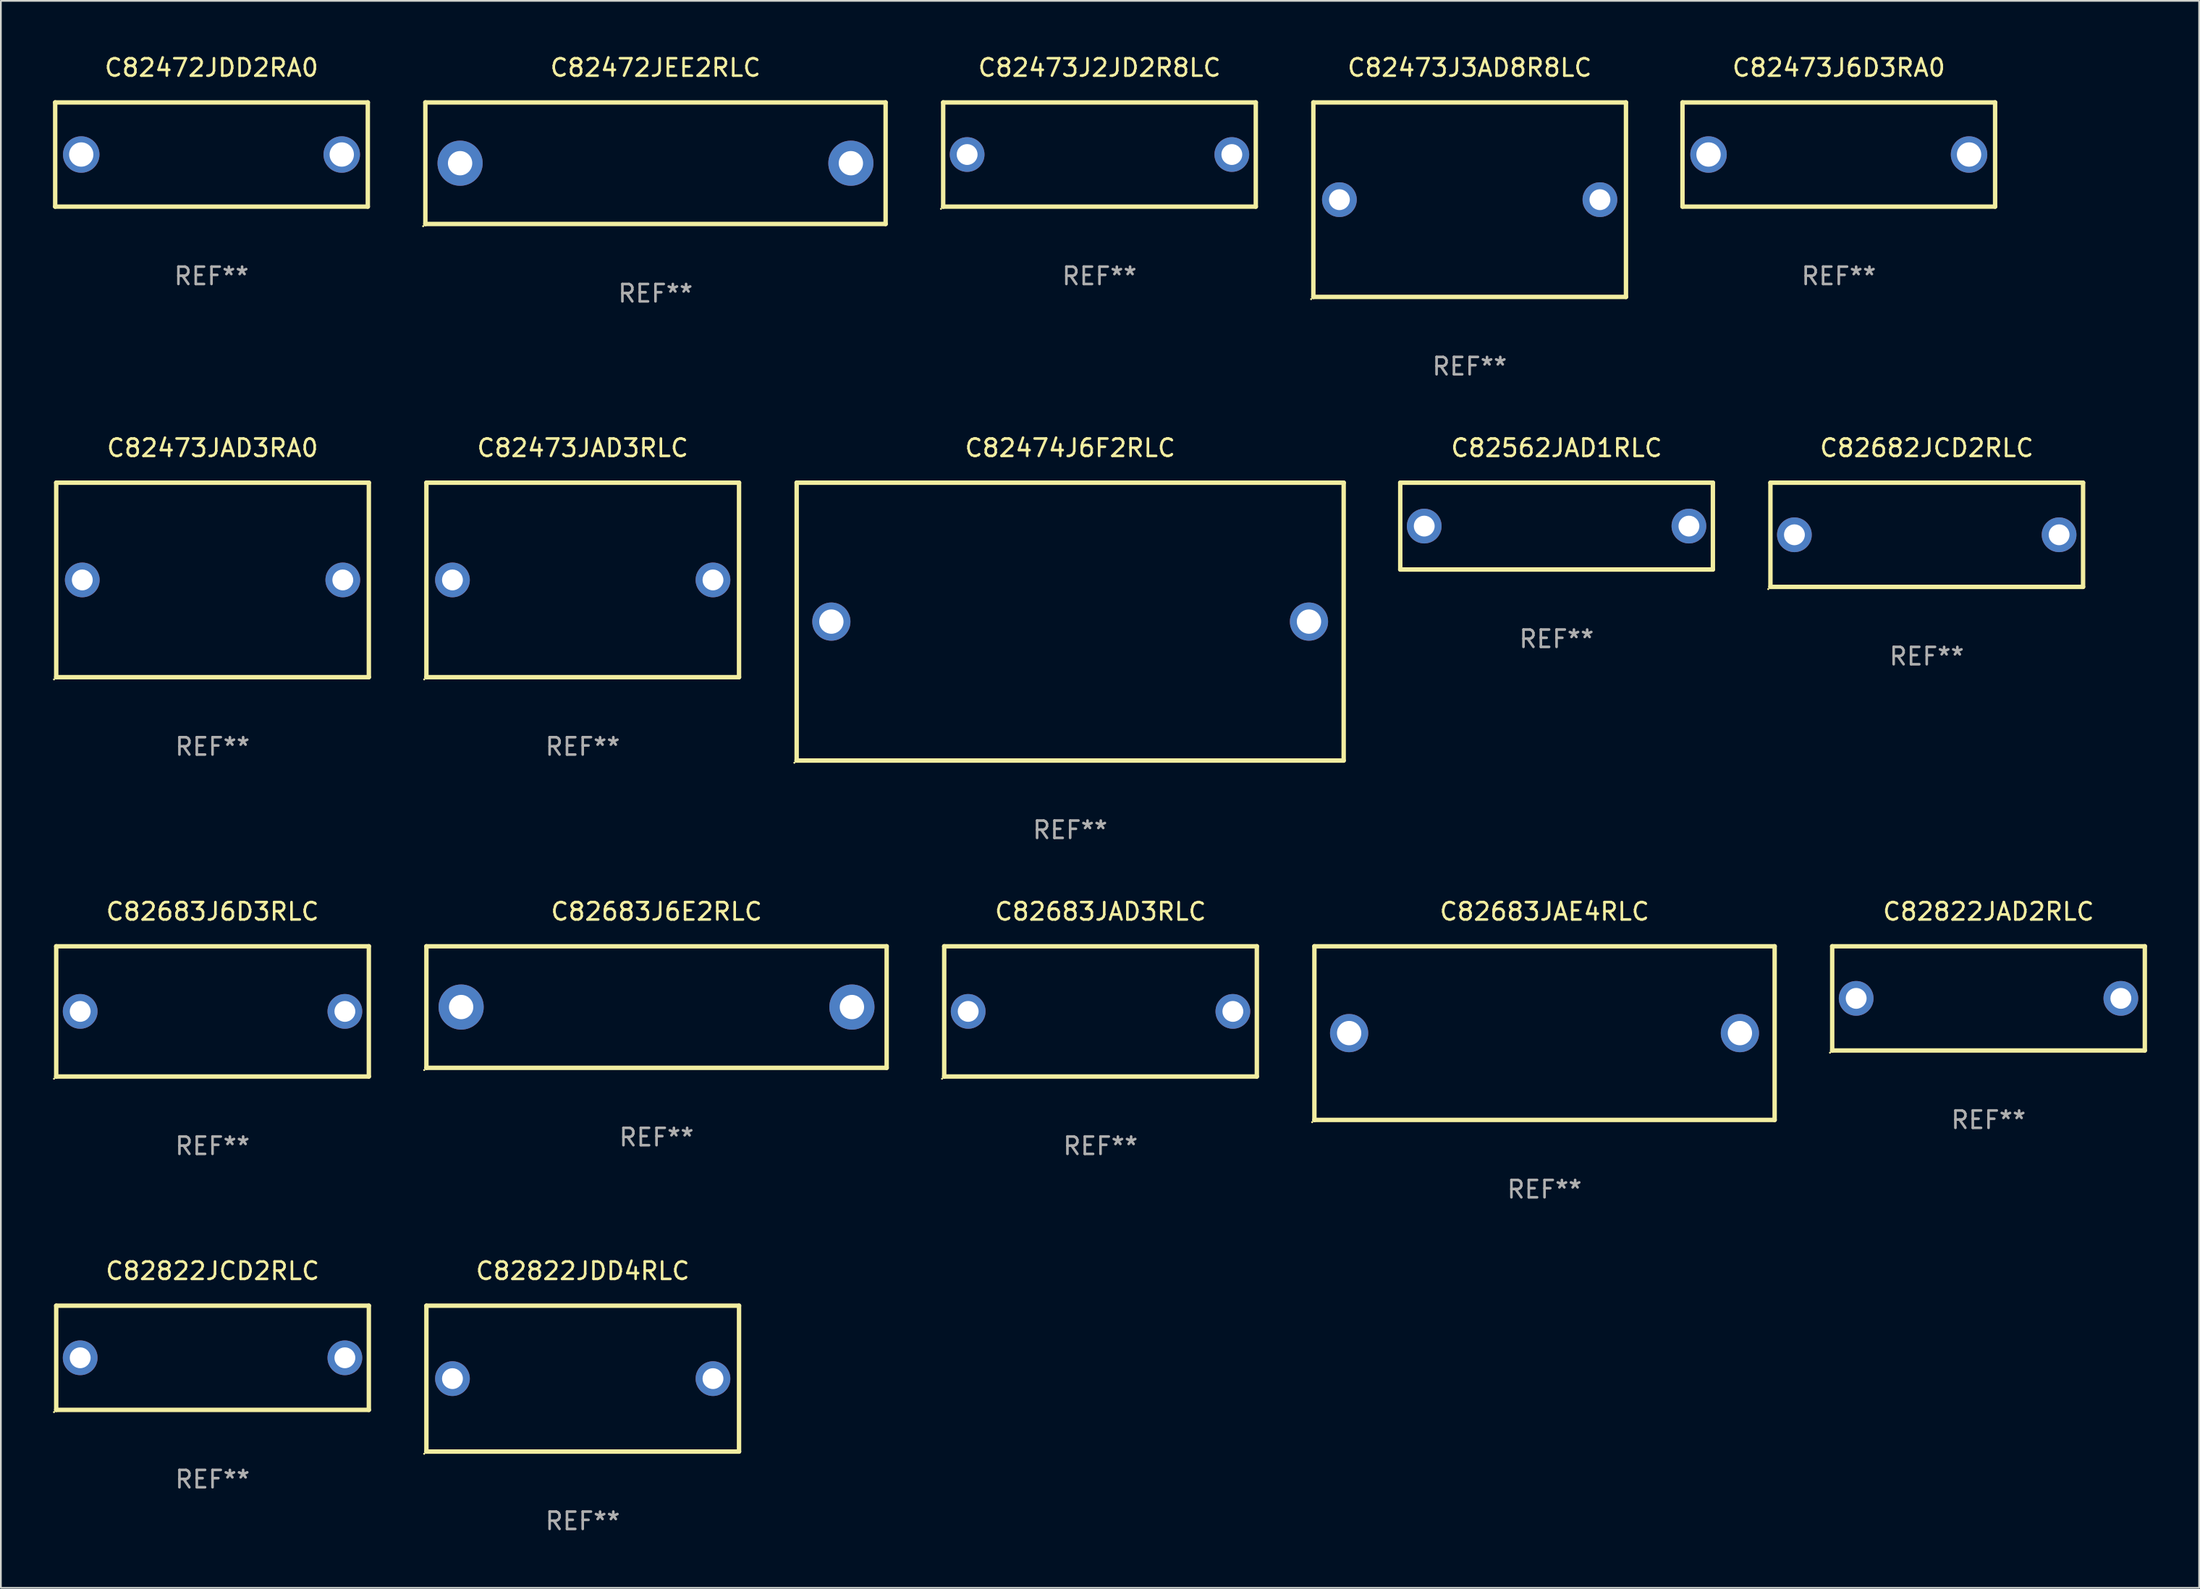
<source format=kicad_pcb>
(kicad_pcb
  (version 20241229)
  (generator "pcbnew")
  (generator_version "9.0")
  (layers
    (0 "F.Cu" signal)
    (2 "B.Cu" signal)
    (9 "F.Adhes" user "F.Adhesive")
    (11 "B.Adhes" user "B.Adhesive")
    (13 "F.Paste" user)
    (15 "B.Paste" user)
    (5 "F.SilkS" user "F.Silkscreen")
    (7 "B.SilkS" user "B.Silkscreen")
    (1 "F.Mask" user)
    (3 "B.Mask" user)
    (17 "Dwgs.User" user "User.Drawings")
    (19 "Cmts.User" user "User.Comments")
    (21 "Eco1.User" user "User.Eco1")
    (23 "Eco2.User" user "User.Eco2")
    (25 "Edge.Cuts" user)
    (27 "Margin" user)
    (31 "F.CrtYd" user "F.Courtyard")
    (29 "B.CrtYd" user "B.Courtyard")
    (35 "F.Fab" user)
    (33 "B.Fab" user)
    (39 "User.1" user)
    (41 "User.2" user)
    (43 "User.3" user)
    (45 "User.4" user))
  (footprint "C82822JCD2RLC"
    (layer "F.Cu")
    (at 9.187 75.138)
    (property "Reference" "C82822JCD2RLC" (at 0 -5 0) (layer "F.SilkS") (effects (font (size 1 1) (thickness 0.15))))
    (attr through_hole)
    (fp_line (start -9 -3) (end 9 -3) (stroke (width 0.254) (type solid)) (layer "F.SilkS"))
    (fp_line (start -9 3) (end -9 -3) (stroke (width 0.254) (type solid)) (layer "F.SilkS"))
    (fp_line (start 9 -3) (end 9 3) (stroke (width 0.254) (type solid)) (layer "F.SilkS"))
    (fp_line (start 9 3) (end -9 3) (stroke (width 0.254) (type solid)) (layer "F.SilkS"))
    (fp_circle (center -9.127 3.127) (end -9.097 3.127) (stroke (width 0.06) (type solid)) (fill no) (layer "F.SilkS"))
    (fp_text user "REF**" (at 0 7 0) (layer "F.Fab") (effects (font (size 1 1) (thickness 0.15))))
    (pad "1" thru_hole circle (at -7.62 0) (size 2 2) (drill 1.2) (layers "*.Cu" "*.Mask"))
    (pad "2" thru_hole circle (at 7.62 0) (size 2 2) (drill 1.2) (layers "*.Cu" "*.Mask")))
  (footprint "C82822JDD4RLC"
    (layer "F.Cu")
    (at 30.501 76.338)
    (property "Reference" "C82822JDD4RLC" (at 0 -6.2 0) (layer "F.SilkS") (effects (font (size 1 1) (thickness 0.15))))
    (attr through_hole)
    (fp_line (start -9 -4.2) (end 9 -4.2) (stroke (width 0.254) (type solid)) (layer "F.SilkS"))
    (fp_line (start -9 4.2) (end -9 -4.2) (stroke (width 0.254) (type solid)) (layer "F.SilkS"))
    (fp_line (start 9 -4.2) (end 9 4.2) (stroke (width 0.254) (type solid)) (layer "F.SilkS"))
    (fp_line (start 9 4.2) (end -9 4.2) (stroke (width 0.254) (type solid)) (layer "F.SilkS"))
    (fp_circle (center -9.127 4.327) (end -9.097 4.327) (stroke (width 0.06) (type solid)) (fill no) (layer "F.SilkS"))
    (fp_text user "REF**" (at 0 8.2 0) (layer "F.Fab") (effects (font (size 1 1) (thickness 0.15))))
    (pad "1" thru_hole circle (at -7.5 0) (size 2 2) (drill 1.2) (layers "*.Cu" "*.Mask"))
    (pad "2" thru_hole circle (at 7.5 0) (size 2 2) (drill 1.2) (layers "*.Cu" "*.Mask")))
  (footprint "C82473J3AD8R8LC"
    (layer "F.Cu")
    (at 81.569 8.448)
    (property "Reference" "C82473J3AD8R8LC" (at 0 -7.6 0) (layer "F.SilkS") (effects (font (size 1 1) (thickness 0.15))))
    (attr through_hole)
    (fp_line (start -9 -5.6) (end 9 -5.6) (stroke (width 0.254) (type solid)) (layer "F.SilkS"))
    (fp_line (start -9 5.6) (end -9 -5.6) (stroke (width 0.254) (type solid)) (layer "F.SilkS"))
    (fp_line (start 9 -5.6) (end 9 5.6) (stroke (width 0.254) (type solid)) (layer "F.SilkS"))
    (fp_line (start 9 5.6) (end -9 5.6) (stroke (width 0.254) (type solid)) (layer "F.SilkS"))
    (fp_circle (center -9.127 5.727) (end -9.097 5.727) (stroke (width 0.06) (type solid)) (fill no) (layer "F.SilkS"))
    (fp_text user "REF**" (at 0 9.6 0) (layer "F.Fab") (effects (font (size 1 1) (thickness 0.15))))
    (pad "1" thru_hole circle (at -7.5 0) (size 2 2) (drill 1.2) (layers "*.Cu" "*.Mask"))
    (pad "2" thru_hole circle (at 7.5 0) (size 2 2) (drill 1.2) (layers "*.Cu" "*.Mask")))
  (footprint "C82473JAD3RLC"
    (layer "F.Cu")
    (at 30.501 30.345)
    (property "Reference" "C82473JAD3RLC" (at 0 -7.6 0) (layer "F.SilkS") (effects (font (size 1 1) (thickness 0.15))))
    (attr through_hole)
    (fp_line (start -9 -5.6) (end 9 -5.6) (stroke (width 0.254) (type solid)) (layer "F.SilkS"))
    (fp_line (start -9 5.6) (end -9 -5.6) (stroke (width 0.254) (type solid)) (layer "F.SilkS"))
    (fp_line (start 9 -5.6) (end 9 5.6) (stroke (width 0.254) (type solid)) (layer "F.SilkS"))
    (fp_line (start 9 5.6) (end -9 5.6) (stroke (width 0.254) (type solid)) (layer "F.SilkS"))
    (fp_circle (center -9.127 5.727) (end -9.097 5.727) (stroke (width 0.06) (type solid)) (fill no) (layer "F.SilkS"))
    (fp_text user "REF**" (at 0 9.6 0) (layer "F.Fab") (effects (font (size 1 1) (thickness 0.15))))
    (pad "1" thru_hole circle (at -7.5 0) (size 2 2) (drill 1.2) (layers "*.Cu" "*.Mask"))
    (pad "2" thru_hole circle (at 7.5 0) (size 2 2) (drill 1.2) (layers "*.Cu" "*.Mask")))
  (footprint "C82473J2JD2R8LC"
    (layer "F.Cu")
    (at 60.255 5.848)
    (property "Reference" "C82473J2JD2R8LC" (at 0 -5 0) (layer "F.SilkS") (effects (font (size 1 1) (thickness 0.15))))
    (attr through_hole)
    (fp_line (start -9 -3) (end 9 -3) (stroke (width 0.254) (type solid)) (layer "F.SilkS"))
    (fp_line (start -9 3) (end -9 -3) (stroke (width 0.254) (type solid)) (layer "F.SilkS"))
    (fp_line (start 9 -3) (end 9 3) (stroke (width 0.254) (type solid)) (layer "F.SilkS"))
    (fp_line (start 9 3) (end -9 3) (stroke (width 0.254) (type solid)) (layer "F.SilkS"))
    (fp_circle (center -9.127 3.127) (end -9.097 3.127) (stroke (width 0.06) (type solid)) (fill no) (layer "F.SilkS"))
    (fp_text user "REF**" (at 0 7 0) (layer "F.Fab") (effects (font (size 1 1) (thickness 0.15))))
    (pad "1" thru_hole circle (at -7.62 0) (size 2 2) (drill 1.2) (layers "*.Cu" "*.Mask"))
    (pad "2" thru_hole circle (at 7.62 0) (size 2 2) (drill 1.2) (layers "*.Cu" "*.Mask")))
  (footprint "C82472JDD2RA0"
    (layer "F.Cu")
    (at 9.127 5.848)
    (property "Reference" "C82472JDD2RA0" (at 0 -5 0) (layer "F.SilkS") (effects (font (size 1 1) (thickness 0.15))))
    (attr through_hole)
    (fp_line (start -9 -3) (end 9 -3) (stroke (width 0.254) (type solid)) (layer "F.SilkS"))
    (fp_line (start -9 3) (end -9 -3) (stroke (width 0.254) (type solid)) (layer "F.SilkS"))
    (fp_line (start 9 -3) (end 9 3) (stroke (width 0.254) (type solid)) (layer "F.SilkS"))
    (fp_line (start 9 3) (end -9 3) (stroke (width 0.254) (type solid)) (layer "F.SilkS"))
    (fp_circle (center -9 3) (end -8.97 3) (stroke (width 0.06) (type solid)) (fill no) (layer "F.SilkS"))
    (fp_text user "REF**" (at 0 7 0) (layer "F.Fab") (effects (font (size 1 1) (thickness 0.15))))
    (pad "1" thru_hole circle (at -7.5 0) (size 2.1 2.1) (drill 1.4) (layers "*.Cu" "*.Mask"))
    (pad "2" thru_hole circle (at 7.5 0) (size 2.1 2.1) (drill 1.4) (layers "*.Cu" "*.Mask")))
  (footprint "C82683J6D3RLC"
    (layer "F.Cu")
    (at 9.187 55.191)
    (property "Reference" "C82683J6D3RLC" (at 0 -5.75 0) (layer "F.SilkS") (effects (font (size 1 1) (thickness 0.15))))
    (attr through_hole)
    (fp_line (start -9 -3.75) (end 9 -3.75) (stroke (width 0.254) (type solid)) (layer "F.SilkS"))
    (fp_line (start -9 3.75) (end -9 -3.75) (stroke (width 0.254) (type solid)) (layer "F.SilkS"))
    (fp_line (start 9 -3.75) (end 9 3.75) (stroke (width 0.254) (type solid)) (layer "F.SilkS"))
    (fp_line (start 9 3.75) (end -9 3.75) (stroke (width 0.254) (type solid)) (layer "F.SilkS"))
    (fp_circle (center -9.127 3.877) (end -9.097 3.877) (stroke (width 0.06) (type solid)) (fill no) (layer "F.SilkS"))
    (fp_text user "REF**" (at 0 7.75 0) (layer "F.Fab") (effects (font (size 1 1) (thickness 0.15))))
    (pad "1" thru_hole circle (at -7.62 0) (size 2 2) (drill 1.2) (layers "*.Cu" "*.Mask"))
    (pad "2" thru_hole circle (at 7.62 0) (size 2 2) (drill 1.2) (layers "*.Cu" "*.Mask")))
  (footprint "C82822JAD2RLC"
    (layer "F.Cu")
    (at 111.443 54.441)
    (property "Reference" "C82822JAD2RLC" (at 0 -5 0) (layer "F.SilkS") (effects (font (size 1 1) (thickness 0.15))))
    (attr through_hole)
    (fp_line (start -9 -3) (end 9 -3) (stroke (width 0.254) (type solid)) (layer "F.SilkS"))
    (fp_line (start -9 3) (end -9 -3) (stroke (width 0.254) (type solid)) (layer "F.SilkS"))
    (fp_line (start 9 -3) (end 9 3) (stroke (width 0.254) (type solid)) (layer "F.SilkS"))
    (fp_line (start 9 3) (end -9 3) (stroke (width 0.254) (type solid)) (layer "F.SilkS"))
    (fp_circle (center -9.127 3.127) (end -9.097 3.127) (stroke (width 0.06) (type solid)) (fill no) (layer "F.SilkS"))
    (fp_text user "REF**" (at 0 7 0) (layer "F.Fab") (effects (font (size 1 1) (thickness 0.15))))
    (pad "1" thru_hole circle (at -7.62 0) (size 2 2) (drill 1.2) (layers "*.Cu" "*.Mask"))
    (pad "2" thru_hole circle (at 7.62 0) (size 2 2) (drill 1.2) (layers "*.Cu" "*.Mask")))
  (footprint "C82474J6F2RLC"
    (layer "F.Cu")
    (at 58.567 32.745)
    (property "Reference" "C82474J6F2RLC" (at 0 -10 0) (layer "F.SilkS") (effects (font (size 1 1) (thickness 0.15))))
    (attr through_hole)
    (fp_line (start -15.748 -8) (end 15.752 -8) (stroke (width 0.254) (type solid)) (layer "F.SilkS"))
    (fp_line (start -15.748 8) (end -15.748 -8) (stroke (width 0.254) (type solid)) (layer "F.SilkS"))
    (fp_line (start 15.748 -8) (end 15.748 8) (stroke (width 0.254) (type solid)) (layer "F.SilkS"))
    (fp_line (start 15.748 8) (end -15.752 8) (stroke (width 0.254) (type solid)) (layer "F.SilkS"))
    (fp_circle (center -15.879 8.127) (end -15.849 8.127) (stroke (width 0.06) (type solid)) (fill no) (layer "F.SilkS"))
    (fp_text user "REF**" (at 0 12 0) (layer "F.Fab") (effects (font (size 1 1) (thickness 0.15))))
    (pad "1" thru_hole circle (at -13.75 0) (size 2.2 2.2) (drill 1.4) (layers "*.Cu" "*.Mask"))
    (pad "2" thru_hole circle (at 13.75 0) (size 2.2 2.2) (drill 1.4) (layers "*.Cu" "*.Mask")))
  (footprint "C82683JAE4RLC"
    (layer "F.Cu")
    (at 85.879 56.441)
    (property "Reference" "C82683JAE4RLC" (at 0 -7 0) (layer "F.SilkS") (effects (font (size 1 1) (thickness 0.15))))
    (attr through_hole)
    (fp_line (start -13.25 -5) (end 13.25 -5) (stroke (width 0.254) (type solid)) (layer "F.SilkS"))
    (fp_line (start -13.25 5) (end -13.25 -5) (stroke (width 0.254) (type solid)) (layer "F.SilkS"))
    (fp_line (start 13.25 -5) (end 13.25 5) (stroke (width 0.254) (type solid)) (layer "F.SilkS"))
    (fp_line (start 13.25 5) (end -13.25 5) (stroke (width 0.254) (type solid)) (layer "F.SilkS"))
    (fp_circle (center -13.377 5.127) (end -13.347 5.127) (stroke (width 0.06) (type solid)) (fill no) (layer "F.SilkS"))
    (fp_text user "REF**" (at 0 9 0) (layer "F.Fab") (effects (font (size 1 1) (thickness 0.15))))
    (pad "1" thru_hole circle (at -11.25 0) (size 2.2 2.2) (drill 1.4) (layers "*.Cu" "*.Mask"))
    (pad "2" thru_hole circle (at 11.25 0) (size 2.2 2.2) (drill 1.4) (layers "*.Cu" "*.Mask")))
  (footprint "C82683JAD3RLC"
    (layer "F.Cu")
    (at 60.315 55.191)
    (property "Reference" "C82683JAD3RLC" (at 0 -5.75 0) (layer "F.SilkS") (effects (font (size 1 1) (thickness 0.15))))
    (attr through_hole)
    (fp_line (start -9 -3.75) (end 9 -3.75) (stroke (width 0.254) (type solid)) (layer "F.SilkS"))
    (fp_line (start -9 3.75) (end -9 -3.75) (stroke (width 0.254) (type solid)) (layer "F.SilkS"))
    (fp_line (start 9 -3.75) (end 9 3.75) (stroke (width 0.254) (type solid)) (layer "F.SilkS"))
    (fp_line (start 9 3.75) (end -9 3.75) (stroke (width 0.254) (type solid)) (layer "F.SilkS"))
    (fp_circle (center -9.127 3.877) (end -9.097 3.877) (stroke (width 0.06) (type solid)) (fill no) (layer "F.SilkS"))
    (fp_text user "REF**" (at 0 7.75 0) (layer "F.Fab") (effects (font (size 1 1) (thickness 0.15))))
    (pad "1" thru_hole circle (at -7.62 0) (size 2 2) (drill 1.2) (layers "*.Cu" "*.Mask"))
    (pad "2" thru_hole circle (at 7.62 0) (size 2 2) (drill 1.2) (layers "*.Cu" "*.Mask")))
  (footprint "C82473J6D3RA0"
    (layer "F.Cu")
    (at 102.823 5.848)
    (property "Reference" "C82473J6D3RA0" (at 0 -5 0) (layer "F.SilkS") (effects (font (size 1 1) (thickness 0.15))))
    (attr through_hole)
    (fp_line (start -9 -3) (end 9 -3) (stroke (width 0.254) (type solid)) (layer "F.SilkS"))
    (fp_line (start -9 3) (end -9 -3) (stroke (width 0.254) (type solid)) (layer "F.SilkS"))
    (fp_line (start 9 -3) (end 9 3) (stroke (width 0.254) (type solid)) (layer "F.SilkS"))
    (fp_line (start 9 3) (end -9 3) (stroke (width 0.254) (type solid)) (layer "F.SilkS"))
    (fp_circle (center -9 3) (end -8.97 3) (stroke (width 0.06) (type solid)) (fill no) (layer "F.SilkS"))
    (fp_text user "REF**" (at 0 7 0) (layer "F.Fab") (effects (font (size 1 1) (thickness 0.15))))
    (pad "1" thru_hole circle (at -7.5 0) (size 2.1 2.1) (drill 1.4) (layers "*.Cu" "*.Mask"))
    (pad "2" thru_hole circle (at 7.5 0) (size 2.1 2.1) (drill 1.4) (layers "*.Cu" "*.Mask")))
  (footprint "C82562JAD1RLC"
    (layer "F.Cu")
    (at 86.573 27.245)
    (property "Reference" "C82562JAD1RLC" (at 0 -4.5 0) (layer "F.SilkS") (effects (font (size 1 1) (thickness 0.15))))
    (attr through_hole)
    (fp_line (start -9 -2.5) (end 9 -2.5) (stroke (width 0.254) (type solid)) (layer "F.SilkS"))
    (fp_line (start -9 2.5) (end -9 -2.5) (stroke (width 0.254) (type solid)) (layer "F.SilkS"))
    (fp_line (start 9 -2.5) (end 9 2.5) (stroke (width 0.254) (type solid)) (layer "F.SilkS"))
    (fp_line (start 9 2.5) (end -9 2.5) (stroke (width 0.254) (type solid)) (layer "F.SilkS"))
    (fp_circle (center -9 2.5) (end -8.97 2.5) (stroke (width 0.06) (type solid)) (fill no) (layer "F.SilkS"))
    (fp_text user "REF**" (at 0 6.5 0) (layer "F.Fab") (effects (font (size 1 1) (thickness 0.15))))
    (pad "1" thru_hole circle (at -7.62 -0.000127) (size 2 2) (drill 1.2) (layers "*.Cu" "*.Mask"))
    (pad "2" thru_hole circle (at 7.62 -0.000127) (size 2 2) (drill 1.2) (layers "*.Cu" "*.Mask")))
  (footprint "C82683J6E2RLC"
    (layer "F.Cu")
    (at 34.751 54.941)
    (property "Reference" "C82683J6E2RLC" (at 0 -5.5 0) (layer "F.SilkS") (effects (font (size 1 1) (thickness 0.15))))
    (attr through_hole)
    (fp_line (start -13.25 -3.5) (end 13.25 -3.5) (stroke (width 0.254) (type solid)) (layer "F.SilkS"))
    (fp_line (start -13.25 3.5) (end -13.25 -3.5) (stroke (width 0.254) (type solid)) (layer "F.SilkS"))
    (fp_line (start 13.25 -3.5) (end 13.25 3.5) (stroke (width 0.254) (type solid)) (layer "F.SilkS"))
    (fp_line (start 13.25 3.5) (end -13.25 3.5) (stroke (width 0.254) (type solid)) (layer "F.SilkS"))
    (fp_circle (center -13.377 3.627) (end -13.347 3.627) (stroke (width 0.06) (type solid)) (fill no) (layer "F.SilkS"))
    (fp_text user "REF**" (at 0 7.5 0) (layer "F.Fab") (effects (font (size 1 1) (thickness 0.15))))
    (pad "1" thru_hole circle (at -11.25 0) (size 2.6 2.6) (drill 1.4) (layers "*.Cu" "*.Mask"))
    (pad "2" thru_hole circle (at 11.25 0) (size 2.6 2.6) (drill 1.4) (layers "*.Cu" "*.Mask")))
  (footprint "C82473JAD3RA0"
    (layer "F.Cu")
    (at 9.187 30.345)
    (property "Reference" "C82473JAD3RA0" (at 0 -7.6 0) (layer "F.SilkS") (effects (font (size 1 1) (thickness 0.15))))
    (attr through_hole)
    (fp_line (start -9 -5.6) (end 9 -5.6) (stroke (width 0.254) (type solid)) (layer "F.SilkS"))
    (fp_line (start -9 5.6) (end -9 -5.6) (stroke (width 0.254) (type solid)) (layer "F.SilkS"))
    (fp_line (start 9 -5.6) (end 9 5.6) (stroke (width 0.254) (type solid)) (layer "F.SilkS"))
    (fp_line (start 9 5.6) (end -9 5.6) (stroke (width 0.254) (type solid)) (layer "F.SilkS"))
    (fp_circle (center -9.127 5.727) (end -9.097 5.727) (stroke (width 0.06) (type solid)) (fill no) (layer "F.SilkS"))
    (fp_text user "REF**" (at 0 9.6 0) (layer "F.Fab") (effects (font (size 1 1) (thickness 0.15))))
    (pad "1" thru_hole circle (at -7.5 0) (size 2 2) (drill 1.2) (layers "*.Cu" "*.Mask"))
    (pad "2" thru_hole circle (at 7.5 0) (size 2 2) (drill 1.2) (layers "*.Cu" "*.Mask")))
  (footprint "C82472JEE2RLC"
    (layer "F.Cu")
    (at 34.691 6.348)
    (property "Reference" "C82472JEE2RLC" (at 0 -5.5 0) (layer "F.SilkS") (effects (font (size 1 1) (thickness 0.15))))
    (attr through_hole)
    (fp_line (start -13.25 -3.5) (end 13.25 -3.5) (stroke (width 0.254) (type solid)) (layer "F.SilkS"))
    (fp_line (start -13.25 3.5) (end -13.25 -3.5) (stroke (width 0.254) (type solid)) (layer "F.SilkS"))
    (fp_line (start 13.25 -3.5) (end 13.25 3.5) (stroke (width 0.254) (type solid)) (layer "F.SilkS"))
    (fp_line (start 13.25 3.5) (end -13.25 3.5) (stroke (width 0.254) (type solid)) (layer "F.SilkS"))
    (fp_circle (center -13.377 3.627) (end -13.347 3.627) (stroke (width 0.06) (type solid)) (fill no) (layer "F.SilkS"))
    (fp_text user "REF**" (at 0 7.5 0) (layer "F.Fab") (effects (font (size 1 1) (thickness 0.15))))
    (pad "1" thru_hole circle (at -11.25 0) (size 2.6 2.6) (drill 1.4) (layers "*.Cu" "*.Mask"))
    (pad "2" thru_hole circle (at 11.25 0) (size 2.6 2.6) (drill 1.4) (layers "*.Cu" "*.Mask")))
  (footprint "C82682JCD2RLC"
    (layer "F.Cu")
    (at 107.887 27.745)
    (property "Reference" "C82682JCD2RLC" (at 0 -5 0) (layer "F.SilkS") (effects (font (size 1 1) (thickness 0.15))))
    (attr through_hole)
    (fp_line (start -9 -3) (end 9 -3) (stroke (width 0.254) (type solid)) (layer "F.SilkS"))
    (fp_line (start -9 3) (end -9 -3) (stroke (width 0.254) (type solid)) (layer "F.SilkS"))
    (fp_line (start 9 -3) (end 9 3) (stroke (width 0.254) (type solid)) (layer "F.SilkS"))
    (fp_line (start 9 3) (end -9 3) (stroke (width 0.254) (type solid)) (layer "F.SilkS"))
    (fp_circle (center -9.127 3.127) (end -9.097 3.127) (stroke (width 0.06) (type solid)) (fill no) (layer "F.SilkS"))
    (fp_text user "REF**" (at 0 7 0) (layer "F.Fab") (effects (font (size 1 1) (thickness 0.15))))
    (pad "1" thru_hole circle (at -7.62 0) (size 2 2) (drill 1.2) (layers "*.Cu" "*.Mask"))
    (pad "2" thru_hole circle (at 7.62 0) (size 2 2) (drill 1.2) (layers "*.Cu" "*.Mask")))
  (gr_rect
    (start -3 -3)
    (end 123.57 88.386)
    (stroke (width 0.1) (type default))
    (fill no)
    (layer "Edge.Cuts")))
</source>
